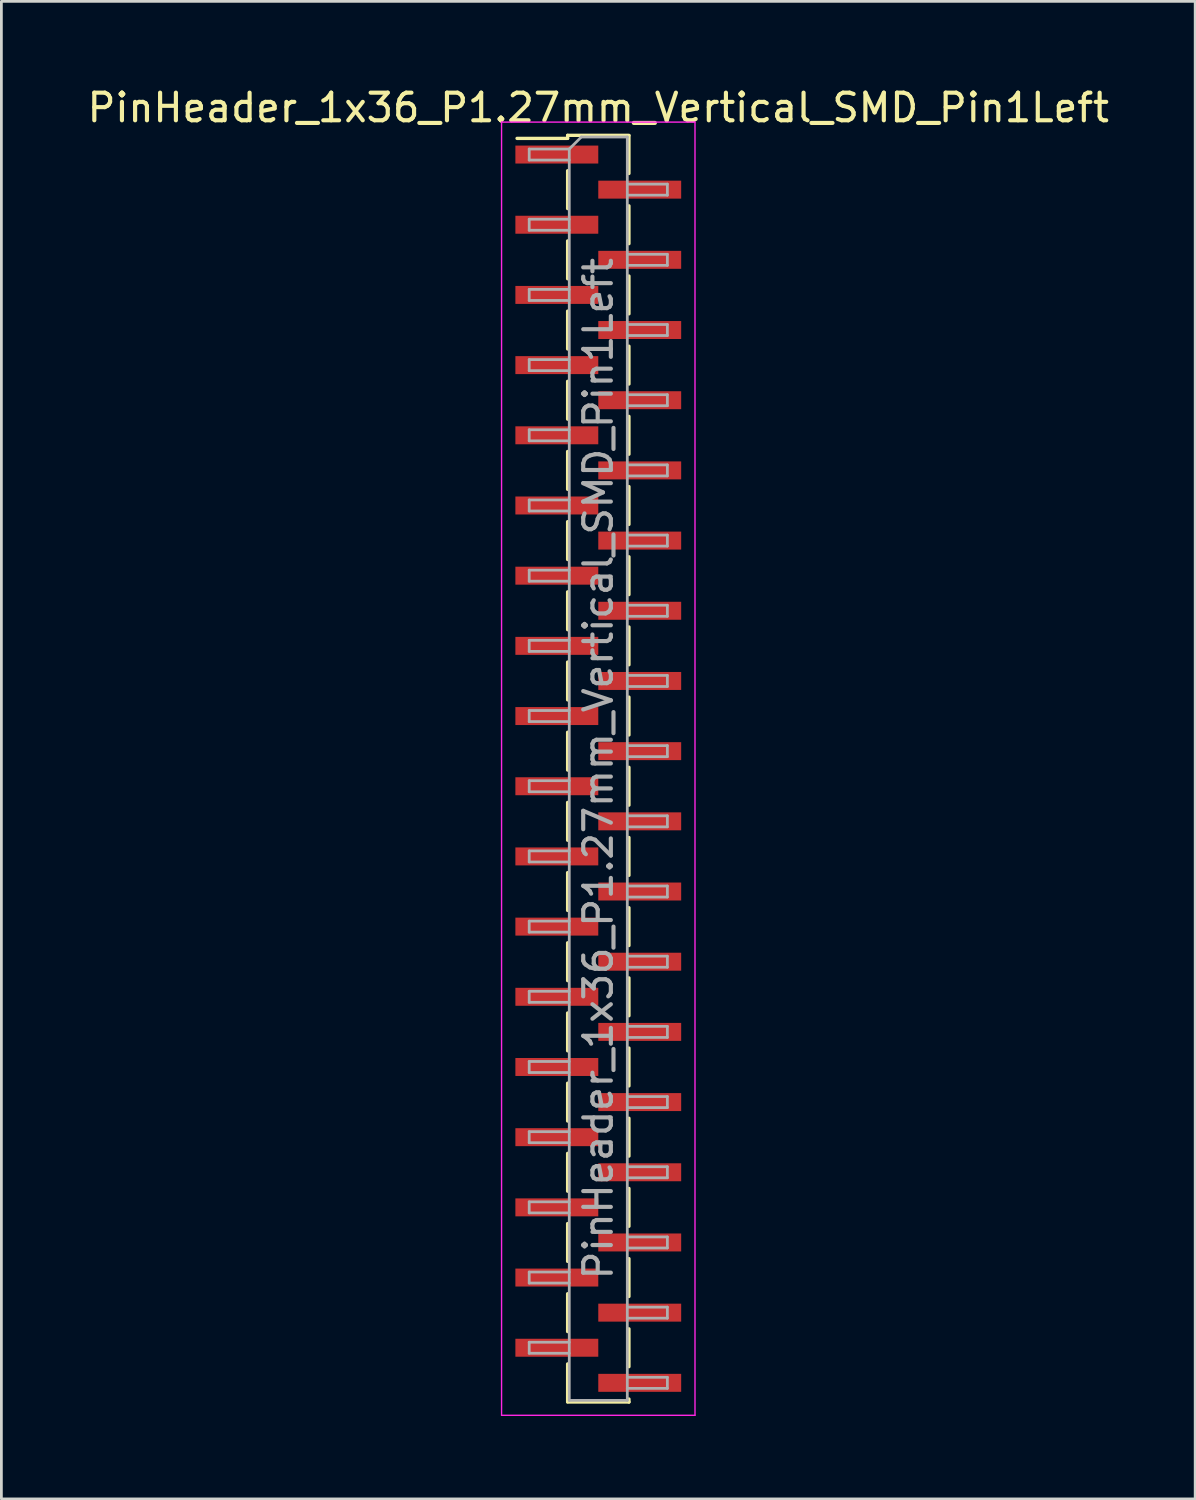
<source format=kicad_pcb>
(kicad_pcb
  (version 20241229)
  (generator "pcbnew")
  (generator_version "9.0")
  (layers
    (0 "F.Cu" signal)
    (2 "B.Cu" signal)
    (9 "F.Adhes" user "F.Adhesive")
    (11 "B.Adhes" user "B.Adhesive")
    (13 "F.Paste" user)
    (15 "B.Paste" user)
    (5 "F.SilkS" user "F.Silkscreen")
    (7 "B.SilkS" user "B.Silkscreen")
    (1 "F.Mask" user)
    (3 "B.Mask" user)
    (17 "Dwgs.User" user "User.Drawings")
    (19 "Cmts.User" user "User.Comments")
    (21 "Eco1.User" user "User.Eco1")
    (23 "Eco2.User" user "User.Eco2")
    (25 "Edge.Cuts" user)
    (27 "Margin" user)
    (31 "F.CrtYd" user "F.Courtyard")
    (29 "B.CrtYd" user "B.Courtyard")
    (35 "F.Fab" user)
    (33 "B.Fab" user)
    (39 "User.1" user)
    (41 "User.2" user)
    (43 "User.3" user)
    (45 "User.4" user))
  (footprint "PinHeader_1x36_P1.27mm_Vertical_SMD_Pin1Left"
    (layer "F.Cu")
    (at 18.601 24.768)
    (property "Reference" "PinHeader_1x36_P1.27mm_Vertical_SMD_Pin1Left" (at 0 -23.92 0) (layer "F.SilkS") (effects (font (size 1 1) (thickness 0.15))))
    (attr smd)
    (fp_line (start -1.11 -22.92) (end -1.11 -22.81) (stroke (width 0.12) (type solid)) (layer "F.SilkS"))
    (fp_line (start -1.11 -22.92) (end 1.11 -22.92) (stroke (width 0.12) (type solid)) (layer "F.SilkS"))
    (fp_line (start -1.11 -22.81) (end -2.94 -22.81) (stroke (width 0.12) (type solid)) (layer "F.SilkS"))
    (fp_line (start -1.11 -21.64) (end -1.11 -20.27) (stroke (width 0.12) (type solid)) (layer "F.SilkS"))
    (fp_line (start -1.11 -19.1) (end -1.11 -17.73) (stroke (width 0.12) (type solid)) (layer "F.SilkS"))
    (fp_line (start -1.11 -16.56) (end -1.11 -15.19) (stroke (width 0.12) (type solid)) (layer "F.SilkS"))
    (fp_line (start -1.11 -14.02) (end -1.11 -12.65) (stroke (width 0.12) (type solid)) (layer "F.SilkS"))
    (fp_line (start -1.11 -11.48) (end -1.11 -10.11) (stroke (width 0.12) (type solid)) (layer "F.SilkS"))
    (fp_line (start -1.11 -8.94) (end -1.11 -7.57) (stroke (width 0.12) (type solid)) (layer "F.SilkS"))
    (fp_line (start -1.11 -6.4) (end -1.11 -5.03) (stroke (width 0.12) (type solid)) (layer "F.SilkS"))
    (fp_line (start -1.11 -3.86) (end -1.11 -2.49) (stroke (width 0.12) (type solid)) (layer "F.SilkS"))
    (fp_line (start -1.11 -1.32) (end -1.11 0.05) (stroke (width 0.12) (type solid)) (layer "F.SilkS"))
    (fp_line (start -1.11 1.22) (end -1.11 2.59) (stroke (width 0.12) (type solid)) (layer "F.SilkS"))
    (fp_line (start -1.11 3.76) (end -1.11 5.13) (stroke (width 0.12) (type solid)) (layer "F.SilkS"))
    (fp_line (start -1.11 6.3) (end -1.11 7.67) (stroke (width 0.12) (type solid)) (layer "F.SilkS"))
    (fp_line (start -1.11 8.84) (end -1.11 10.21) (stroke (width 0.12) (type solid)) (layer "F.SilkS"))
    (fp_line (start -1.11 11.38) (end -1.11 12.75) (stroke (width 0.12) (type solid)) (layer "F.SilkS"))
    (fp_line (start -1.11 13.92) (end -1.11 15.29) (stroke (width 0.12) (type solid)) (layer "F.SilkS"))
    (fp_line (start -1.11 16.46) (end -1.11 17.83) (stroke (width 0.12) (type solid)) (layer "F.SilkS"))
    (fp_line (start -1.11 19) (end -1.11 20.37) (stroke (width 0.12) (type solid)) (layer "F.SilkS"))
    (fp_line (start -1.11 21.54) (end -1.11 22.91) (stroke (width 0.12) (type solid)) (layer "F.SilkS"))
    (fp_line (start -1.11 22.92) (end 1.11 22.92) (stroke (width 0.12) (type solid)) (layer "F.SilkS"))
    (fp_line (start 1.11 -22.91) (end 1.11 -21.54) (stroke (width 0.12) (type solid)) (layer "F.SilkS"))
    (fp_line (start 1.11 -20.37) (end 1.11 -19) (stroke (width 0.12) (type solid)) (layer "F.SilkS"))
    (fp_line (start 1.11 -17.83) (end 1.11 -16.46) (stroke (width 0.12) (type solid)) (layer "F.SilkS"))
    (fp_line (start 1.11 -15.29) (end 1.11 -13.92) (stroke (width 0.12) (type solid)) (layer "F.SilkS"))
    (fp_line (start 1.11 -12.75) (end 1.11 -11.38) (stroke (width 0.12) (type solid)) (layer "F.SilkS"))
    (fp_line (start 1.11 -10.21) (end 1.11 -8.84) (stroke (width 0.12) (type solid)) (layer "F.SilkS"))
    (fp_line (start 1.11 -7.67) (end 1.11 -6.3) (stroke (width 0.12) (type solid)) (layer "F.SilkS"))
    (fp_line (start 1.11 -5.13) (end 1.11 -3.76) (stroke (width 0.12) (type solid)) (layer "F.SilkS"))
    (fp_line (start 1.11 -2.59) (end 1.11 -1.22) (stroke (width 0.12) (type solid)) (layer "F.SilkS"))
    (fp_line (start 1.11 -0.05) (end 1.11 1.32) (stroke (width 0.12) (type solid)) (layer "F.SilkS"))
    (fp_line (start 1.11 2.49) (end 1.11 3.86) (stroke (width 0.12) (type solid)) (layer "F.SilkS"))
    (fp_line (start 1.11 5.03) (end 1.11 6.4) (stroke (width 0.12) (type solid)) (layer "F.SilkS"))
    (fp_line (start 1.11 7.57) (end 1.11 8.94) (stroke (width 0.12) (type solid)) (layer "F.SilkS"))
    (fp_line (start 1.11 10.11) (end 1.11 11.48) (stroke (width 0.12) (type solid)) (layer "F.SilkS"))
    (fp_line (start 1.11 12.65) (end 1.11 14.02) (stroke (width 0.12) (type solid)) (layer "F.SilkS"))
    (fp_line (start 1.11 15.19) (end 1.11 16.56) (stroke (width 0.12) (type solid)) (layer "F.SilkS"))
    (fp_line (start 1.11 17.73) (end 1.11 19.1) (stroke (width 0.12) (type solid)) (layer "F.SilkS"))
    (fp_line (start 1.11 20.27) (end 1.11 21.64) (stroke (width 0.12) (type solid)) (layer "F.SilkS"))
    (fp_line (start 1.11 22.81) (end 1.11 22.92) (stroke (width 0.12) (type solid)) (layer "F.SilkS"))
    (fp_line (start -3.5 -23.4) (end -3.5 23.4) (stroke (width 0.05) (type solid)) (layer "F.CrtYd"))
    (fp_line (start -3.5 23.4) (end 3.5 23.4) (stroke (width 0.05) (type solid)) (layer "F.CrtYd"))
    (fp_line (start 3.5 -23.4) (end -3.5 -23.4) (stroke (width 0.05) (type solid)) (layer "F.CrtYd"))
    (fp_line (start 3.5 23.4) (end 3.5 -23.4) (stroke (width 0.05) (type solid)) (layer "F.CrtYd"))
    (fp_line (start -2.5 -22.425) (end -2.5 -22.025) (stroke (width 0.1) (type solid)) (layer "F.Fab"))
    (fp_line (start -2.5 -22.025) (end -1.05 -22.025) (stroke (width 0.1) (type solid)) (layer "F.Fab"))
    (fp_line (start -2.5 -19.885) (end -2.5 -19.485) (stroke (width 0.1) (type solid)) (layer "F.Fab"))
    (fp_line (start -2.5 -19.485) (end -1.05 -19.485) (stroke (width 0.1) (type solid)) (layer "F.Fab"))
    (fp_line (start -2.5 -17.345) (end -2.5 -16.945) (stroke (width 0.1) (type solid)) (layer "F.Fab"))
    (fp_line (start -2.5 -16.945) (end -1.05 -16.945) (stroke (width 0.1) (type solid)) (layer "F.Fab"))
    (fp_line (start -2.5 -14.805) (end -2.5 -14.405) (stroke (width 0.1) (type solid)) (layer "F.Fab"))
    (fp_line (start -2.5 -14.405) (end -1.05 -14.405) (stroke (width 0.1) (type solid)) (layer "F.Fab"))
    (fp_line (start -2.5 -12.265) (end -2.5 -11.865) (stroke (width 0.1) (type solid)) (layer "F.Fab"))
    (fp_line (start -2.5 -11.865) (end -1.05 -11.865) (stroke (width 0.1) (type solid)) (layer "F.Fab"))
    (fp_line (start -2.5 -9.725) (end -2.5 -9.325) (stroke (width 0.1) (type solid)) (layer "F.Fab"))
    (fp_line (start -2.5 -9.325) (end -1.05 -9.325) (stroke (width 0.1) (type solid)) (layer "F.Fab"))
    (fp_line (start -2.5 -7.185) (end -2.5 -6.785) (stroke (width 0.1) (type solid)) (layer "F.Fab"))
    (fp_line (start -2.5 -6.785) (end -1.05 -6.785) (stroke (width 0.1) (type solid)) (layer "F.Fab"))
    (fp_line (start -2.5 -4.645) (end -2.5 -4.245) (stroke (width 0.1) (type solid)) (layer "F.Fab"))
    (fp_line (start -2.5 -4.245) (end -1.05 -4.245) (stroke (width 0.1) (type solid)) (layer "F.Fab"))
    (fp_line (start -2.5 -2.105) (end -2.5 -1.705) (stroke (width 0.1) (type solid)) (layer "F.Fab"))
    (fp_line (start -2.5 -1.705) (end -1.05 -1.705) (stroke (width 0.1) (type solid)) (layer "F.Fab"))
    (fp_line (start -2.5 0.435) (end -2.5 0.835) (stroke (width 0.1) (type solid)) (layer "F.Fab"))
    (fp_line (start -2.5 0.835) (end -1.05 0.835) (stroke (width 0.1) (type solid)) (layer "F.Fab"))
    (fp_line (start -2.5 2.975) (end -2.5 3.375) (stroke (width 0.1) (type solid)) (layer "F.Fab"))
    (fp_line (start -2.5 3.375) (end -1.05 3.375) (stroke (width 0.1) (type solid)) (layer "F.Fab"))
    (fp_line (start -2.5 5.515) (end -2.5 5.915) (stroke (width 0.1) (type solid)) (layer "F.Fab"))
    (fp_line (start -2.5 5.915) (end -1.05 5.915) (stroke (width 0.1) (type solid)) (layer "F.Fab"))
    (fp_line (start -2.5 8.055) (end -2.5 8.455) (stroke (width 0.1) (type solid)) (layer "F.Fab"))
    (fp_line (start -2.5 8.455) (end -1.05 8.455) (stroke (width 0.1) (type solid)) (layer "F.Fab"))
    (fp_line (start -2.5 10.595) (end -2.5 10.995) (stroke (width 0.1) (type solid)) (layer "F.Fab"))
    (fp_line (start -2.5 10.995) (end -1.05 10.995) (stroke (width 0.1) (type solid)) (layer "F.Fab"))
    (fp_line (start -2.5 13.135) (end -2.5 13.535) (stroke (width 0.1) (type solid)) (layer "F.Fab"))
    (fp_line (start -2.5 13.535) (end -1.05 13.535) (stroke (width 0.1) (type solid)) (layer "F.Fab"))
    (fp_line (start -2.5 15.675) (end -2.5 16.075) (stroke (width 0.1) (type solid)) (layer "F.Fab"))
    (fp_line (start -2.5 16.075) (end -1.05 16.075) (stroke (width 0.1) (type solid)) (layer "F.Fab"))
    (fp_line (start -2.5 18.215) (end -2.5 18.615) (stroke (width 0.1) (type solid)) (layer "F.Fab"))
    (fp_line (start -2.5 18.615) (end -1.05 18.615) (stroke (width 0.1) (type solid)) (layer "F.Fab"))
    (fp_line (start -2.5 20.755) (end -2.5 21.155) (stroke (width 0.1) (type solid)) (layer "F.Fab"))
    (fp_line (start -2.5 21.155) (end -1.05 21.155) (stroke (width 0.1) (type solid)) (layer "F.Fab"))
    (fp_line (start -1.05 -22.425) (end -2.5 -22.425) (stroke (width 0.1) (type solid)) (layer "F.Fab"))
    (fp_line (start -1.05 -22.425) (end -0.615 -22.86) (stroke (width 0.1) (type solid)) (layer "F.Fab"))
    (fp_line (start -1.05 -19.885) (end -2.5 -19.885) (stroke (width 0.1) (type solid)) (layer "F.Fab"))
    (fp_line (start -1.05 -17.345) (end -2.5 -17.345) (stroke (width 0.1) (type solid)) (layer "F.Fab"))
    (fp_line (start -1.05 -14.805) (end -2.5 -14.805) (stroke (width 0.1) (type solid)) (layer "F.Fab"))
    (fp_line (start -1.05 -12.265) (end -2.5 -12.265) (stroke (width 0.1) (type solid)) (layer "F.Fab"))
    (fp_line (start -1.05 -9.725) (end -2.5 -9.725) (stroke (width 0.1) (type solid)) (layer "F.Fab"))
    (fp_line (start -1.05 -7.185) (end -2.5 -7.185) (stroke (width 0.1) (type solid)) (layer "F.Fab"))
    (fp_line (start -1.05 -4.645) (end -2.5 -4.645) (stroke (width 0.1) (type solid)) (layer "F.Fab"))
    (fp_line (start -1.05 -2.105) (end -2.5 -2.105) (stroke (width 0.1) (type solid)) (layer "F.Fab"))
    (fp_line (start -1.05 0.435) (end -2.5 0.435) (stroke (width 0.1) (type solid)) (layer "F.Fab"))
    (fp_line (start -1.05 2.975) (end -2.5 2.975) (stroke (width 0.1) (type solid)) (layer "F.Fab"))
    (fp_line (start -1.05 5.515) (end -2.5 5.515) (stroke (width 0.1) (type solid)) (layer "F.Fab"))
    (fp_line (start -1.05 8.055) (end -2.5 8.055) (stroke (width 0.1) (type solid)) (layer "F.Fab"))
    (fp_line (start -1.05 10.595) (end -2.5 10.595) (stroke (width 0.1) (type solid)) (layer "F.Fab"))
    (fp_line (start -1.05 13.135) (end -2.5 13.135) (stroke (width 0.1) (type solid)) (layer "F.Fab"))
    (fp_line (start -1.05 15.675) (end -2.5 15.675) (stroke (width 0.1) (type solid)) (layer "F.Fab"))
    (fp_line (start -1.05 18.215) (end -2.5 18.215) (stroke (width 0.1) (type solid)) (layer "F.Fab"))
    (fp_line (start -1.05 20.755) (end -2.5 20.755) (stroke (width 0.1) (type solid)) (layer "F.Fab"))
    (fp_line (start -1.05 22.86) (end -1.05 -22.425) (stroke (width 0.1) (type solid)) (layer "F.Fab"))
    (fp_line (start -0.615 -22.86) (end 1.05 -22.86) (stroke (width 0.1) (type solid)) (layer "F.Fab"))
    (fp_line (start 1.05 -22.86) (end 1.05 22.86) (stroke (width 0.1) (type solid)) (layer "F.Fab"))
    (fp_line (start 1.05 -21.155) (end 2.5 -21.155) (stroke (width 0.1) (type solid)) (layer "F.Fab"))
    (fp_line (start 1.05 -18.615) (end 2.5 -18.615) (stroke (width 0.1) (type solid)) (layer "F.Fab"))
    (fp_line (start 1.05 -16.075) (end 2.5 -16.075) (stroke (width 0.1) (type solid)) (layer "F.Fab"))
    (fp_line (start 1.05 -13.535) (end 2.5 -13.535) (stroke (width 0.1) (type solid)) (layer "F.Fab"))
    (fp_line (start 1.05 -10.995) (end 2.5 -10.995) (stroke (width 0.1) (type solid)) (layer "F.Fab"))
    (fp_line (start 1.05 -8.455) (end 2.5 -8.455) (stroke (width 0.1) (type solid)) (layer "F.Fab"))
    (fp_line (start 1.05 -5.915) (end 2.5 -5.915) (stroke (width 0.1) (type solid)) (layer "F.Fab"))
    (fp_line (start 1.05 -3.375) (end 2.5 -3.375) (stroke (width 0.1) (type solid)) (layer "F.Fab"))
    (fp_line (start 1.05 -0.835) (end 2.5 -0.835) (stroke (width 0.1) (type solid)) (layer "F.Fab"))
    (fp_line (start 1.05 1.705) (end 2.5 1.705) (stroke (width 0.1) (type solid)) (layer "F.Fab"))
    (fp_line (start 1.05 4.245) (end 2.5 4.245) (stroke (width 0.1) (type solid)) (layer "F.Fab"))
    (fp_line (start 1.05 6.785) (end 2.5 6.785) (stroke (width 0.1) (type solid)) (layer "F.Fab"))
    (fp_line (start 1.05 9.325) (end 2.5 9.325) (stroke (width 0.1) (type solid)) (layer "F.Fab"))
    (fp_line (start 1.05 11.865) (end 2.5 11.865) (stroke (width 0.1) (type solid)) (layer "F.Fab"))
    (fp_line (start 1.05 14.405) (end 2.5 14.405) (stroke (width 0.1) (type solid)) (layer "F.Fab"))
    (fp_line (start 1.05 16.945) (end 2.5 16.945) (stroke (width 0.1) (type solid)) (layer "F.Fab"))
    (fp_line (start 1.05 19.485) (end 2.5 19.485) (stroke (width 0.1) (type solid)) (layer "F.Fab"))
    (fp_line (start 1.05 22.025) (end 2.5 22.025) (stroke (width 0.1) (type solid)) (layer "F.Fab"))
    (fp_line (start 1.05 22.86) (end -1.05 22.86) (stroke (width 0.1) (type solid)) (layer "F.Fab"))
    (fp_line (start 2.5 -21.155) (end 2.5 -20.755) (stroke (width 0.1) (type solid)) (layer "F.Fab"))
    (fp_line (start 2.5 -20.755) (end 1.05 -20.755) (stroke (width 0.1) (type solid)) (layer "F.Fab"))
    (fp_line (start 2.5 -18.615) (end 2.5 -18.215) (stroke (width 0.1) (type solid)) (layer "F.Fab"))
    (fp_line (start 2.5 -18.215) (end 1.05 -18.215) (stroke (width 0.1) (type solid)) (layer "F.Fab"))
    (fp_line (start 2.5 -16.075) (end 2.5 -15.675) (stroke (width 0.1) (type solid)) (layer "F.Fab"))
    (fp_line (start 2.5 -15.675) (end 1.05 -15.675) (stroke (width 0.1) (type solid)) (layer "F.Fab"))
    (fp_line (start 2.5 -13.535) (end 2.5 -13.135) (stroke (width 0.1) (type solid)) (layer "F.Fab"))
    (fp_line (start 2.5 -13.135) (end 1.05 -13.135) (stroke (width 0.1) (type solid)) (layer "F.Fab"))
    (fp_line (start 2.5 -10.995) (end 2.5 -10.595) (stroke (width 0.1) (type solid)) (layer "F.Fab"))
    (fp_line (start 2.5 -10.595) (end 1.05 -10.595) (stroke (width 0.1) (type solid)) (layer "F.Fab"))
    (fp_line (start 2.5 -8.455) (end 2.5 -8.055) (stroke (width 0.1) (type solid)) (layer "F.Fab"))
    (fp_line (start 2.5 -8.055) (end 1.05 -8.055) (stroke (width 0.1) (type solid)) (layer "F.Fab"))
    (fp_line (start 2.5 -5.915) (end 2.5 -5.515) (stroke (width 0.1) (type solid)) (layer "F.Fab"))
    (fp_line (start 2.5 -5.515) (end 1.05 -5.515) (stroke (width 0.1) (type solid)) (layer "F.Fab"))
    (fp_line (start 2.5 -3.375) (end 2.5 -2.975) (stroke (width 0.1) (type solid)) (layer "F.Fab"))
    (fp_line (start 2.5 -2.975) (end 1.05 -2.975) (stroke (width 0.1) (type solid)) (layer "F.Fab"))
    (fp_line (start 2.5 -0.835) (end 2.5 -0.435) (stroke (width 0.1) (type solid)) (layer "F.Fab"))
    (fp_line (start 2.5 -0.435) (end 1.05 -0.435) (stroke (width 0.1) (type solid)) (layer "F.Fab"))
    (fp_line (start 2.5 1.705) (end 2.5 2.105) (stroke (width 0.1) (type solid)) (layer "F.Fab"))
    (fp_line (start 2.5 2.105) (end 1.05 2.105) (stroke (width 0.1) (type solid)) (layer "F.Fab"))
    (fp_line (start 2.5 4.245) (end 2.5 4.645) (stroke (width 0.1) (type solid)) (layer "F.Fab"))
    (fp_line (start 2.5 4.645) (end 1.05 4.645) (stroke (width 0.1) (type solid)) (layer "F.Fab"))
    (fp_line (start 2.5 6.785) (end 2.5 7.185) (stroke (width 0.1) (type solid)) (layer "F.Fab"))
    (fp_line (start 2.5 7.185) (end 1.05 7.185) (stroke (width 0.1) (type solid)) (layer "F.Fab"))
    (fp_line (start 2.5 9.325) (end 2.5 9.725) (stroke (width 0.1) (type solid)) (layer "F.Fab"))
    (fp_line (start 2.5 9.725) (end 1.05 9.725) (stroke (width 0.1) (type solid)) (layer "F.Fab"))
    (fp_line (start 2.5 11.865) (end 2.5 12.265) (stroke (width 0.1) (type solid)) (layer "F.Fab"))
    (fp_line (start 2.5 12.265) (end 1.05 12.265) (stroke (width 0.1) (type solid)) (layer "F.Fab"))
    (fp_line (start 2.5 14.405) (end 2.5 14.805) (stroke (width 0.1) (type solid)) (layer "F.Fab"))
    (fp_line (start 2.5 14.805) (end 1.05 14.805) (stroke (width 0.1) (type solid)) (layer "F.Fab"))
    (fp_line (start 2.5 16.945) (end 2.5 17.345) (stroke (width 0.1) (type solid)) (layer "F.Fab"))
    (fp_line (start 2.5 17.345) (end 1.05 17.345) (stroke (width 0.1) (type solid)) (layer "F.Fab"))
    (fp_line (start 2.5 19.485) (end 2.5 19.885) (stroke (width 0.1) (type solid)) (layer "F.Fab"))
    (fp_line (start 2.5 19.885) (end 1.05 19.885) (stroke (width 0.1) (type solid)) (layer "F.Fab"))
    (fp_line (start 2.5 22.025) (end 2.5 22.425) (stroke (width 0.1) (type solid)) (layer "F.Fab"))
    (fp_line (start 2.5 22.425) (end 1.05 22.425) (stroke (width 0.1) (type solid)) (layer "F.Fab"))
    (fp_text user "${REFERENCE}" (at 0 0 90) (layer "F.Fab") (effects (font (size 1 1) (thickness 0.15))))
    (pad "1" smd rect (at -1.5 -22.225) (size 3 0.65) (layers "F.Cu" "F.Mask" "F.Paste"))
    (pad "2" smd rect (at 1.5 -20.955) (size 3 0.65) (layers "F.Cu" "F.Mask" "F.Paste"))
    (pad "3" smd rect (at -1.5 -19.685) (size 3 0.65) (layers "F.Cu" "F.Mask" "F.Paste"))
    (pad "4" smd rect (at 1.5 -18.415) (size 3 0.65) (layers "F.Cu" "F.Mask" "F.Paste"))
    (pad "5" smd rect (at -1.5 -17.145) (size 3 0.65) (layers "F.Cu" "F.Mask" "F.Paste"))
    (pad "6" smd rect (at 1.5 -15.875) (size 3 0.65) (layers "F.Cu" "F.Mask" "F.Paste"))
    (pad "7" smd rect (at -1.5 -14.605) (size 3 0.65) (layers "F.Cu" "F.Mask" "F.Paste"))
    (pad "8" smd rect (at 1.5 -13.335) (size 3 0.65) (layers "F.Cu" "F.Mask" "F.Paste"))
    (pad "9" smd rect (at -1.5 -12.065) (size 3 0.65) (layers "F.Cu" "F.Mask" "F.Paste"))
    (pad "10" smd rect (at 1.5 -10.795) (size 3 0.65) (layers "F.Cu" "F.Mask" "F.Paste"))
    (pad "11" smd rect (at -1.5 -9.525) (size 3 0.65) (layers "F.Cu" "F.Mask" "F.Paste"))
    (pad "12" smd rect (at 1.5 -8.255) (size 3 0.65) (layers "F.Cu" "F.Mask" "F.Paste"))
    (pad "13" smd rect (at -1.5 -6.985) (size 3 0.65) (layers "F.Cu" "F.Mask" "F.Paste"))
    (pad "14" smd rect (at 1.5 -5.715) (size 3 0.65) (layers "F.Cu" "F.Mask" "F.Paste"))
    (pad "15" smd rect (at -1.5 -4.445) (size 3 0.65) (layers "F.Cu" "F.Mask" "F.Paste"))
    (pad "16" smd rect (at 1.5 -3.175) (size 3 0.65) (layers "F.Cu" "F.Mask" "F.Paste"))
    (pad "17" smd rect (at -1.5 -1.905) (size 3 0.65) (layers "F.Cu" "F.Mask" "F.Paste"))
    (pad "18" smd rect (at 1.5 -0.635) (size 3 0.65) (layers "F.Cu" "F.Mask" "F.Paste"))
    (pad "19" smd rect (at -1.5 0.635) (size 3 0.65) (layers "F.Cu" "F.Mask" "F.Paste"))
    (pad "20" smd rect (at 1.5 1.905) (size 3 0.65) (layers "F.Cu" "F.Mask" "F.Paste"))
    (pad "21" smd rect (at -1.5 3.175) (size 3 0.65) (layers "F.Cu" "F.Mask" "F.Paste"))
    (pad "22" smd rect (at 1.5 4.445) (size 3 0.65) (layers "F.Cu" "F.Mask" "F.Paste"))
    (pad "23" smd rect (at -1.5 5.715) (size 3 0.65) (layers "F.Cu" "F.Mask" "F.Paste"))
    (pad "24" smd rect (at 1.5 6.985) (size 3 0.65) (layers "F.Cu" "F.Mask" "F.Paste"))
    (pad "25" smd rect (at -1.5 8.255) (size 3 0.65) (layers "F.Cu" "F.Mask" "F.Paste"))
    (pad "26" smd rect (at 1.5 9.525) (size 3 0.65) (layers "F.Cu" "F.Mask" "F.Paste"))
    (pad "27" smd rect (at -1.5 10.795) (size 3 0.65) (layers "F.Cu" "F.Mask" "F.Paste"))
    (pad "28" smd rect (at 1.5 12.065) (size 3 0.65) (layers "F.Cu" "F.Mask" "F.Paste"))
    (pad "29" smd rect (at -1.5 13.335) (size 3 0.65) (layers "F.Cu" "F.Mask" "F.Paste"))
    (pad "30" smd rect (at 1.5 14.605) (size 3 0.65) (layers "F.Cu" "F.Mask" "F.Paste"))
    (pad "31" smd rect (at -1.5 15.875) (size 3 0.65) (layers "F.Cu" "F.Mask" "F.Paste"))
    (pad "32" smd rect (at 1.5 17.145) (size 3 0.65) (layers "F.Cu" "F.Mask" "F.Paste"))
    (pad "33" smd rect (at -1.5 18.415) (size 3 0.65) (layers "F.Cu" "F.Mask" "F.Paste"))
    (pad "34" smd rect (at 1.5 19.685) (size 3 0.65) (layers "F.Cu" "F.Mask" "F.Paste"))
    (pad "35" smd rect (at -1.5 20.955) (size 3 0.65) (layers "F.Cu" "F.Mask" "F.Paste"))
    (pad "36" smd rect (at 1.5 22.225) (size 3 0.65) (layers "F.Cu" "F.Mask" "F.Paste")))
  (gr_rect
    (start -3 -3)
    (end 40.202 51.193)
    (stroke (width 0.1) (type default))
    (fill no)
    (layer "Edge.Cuts")))
</source>
